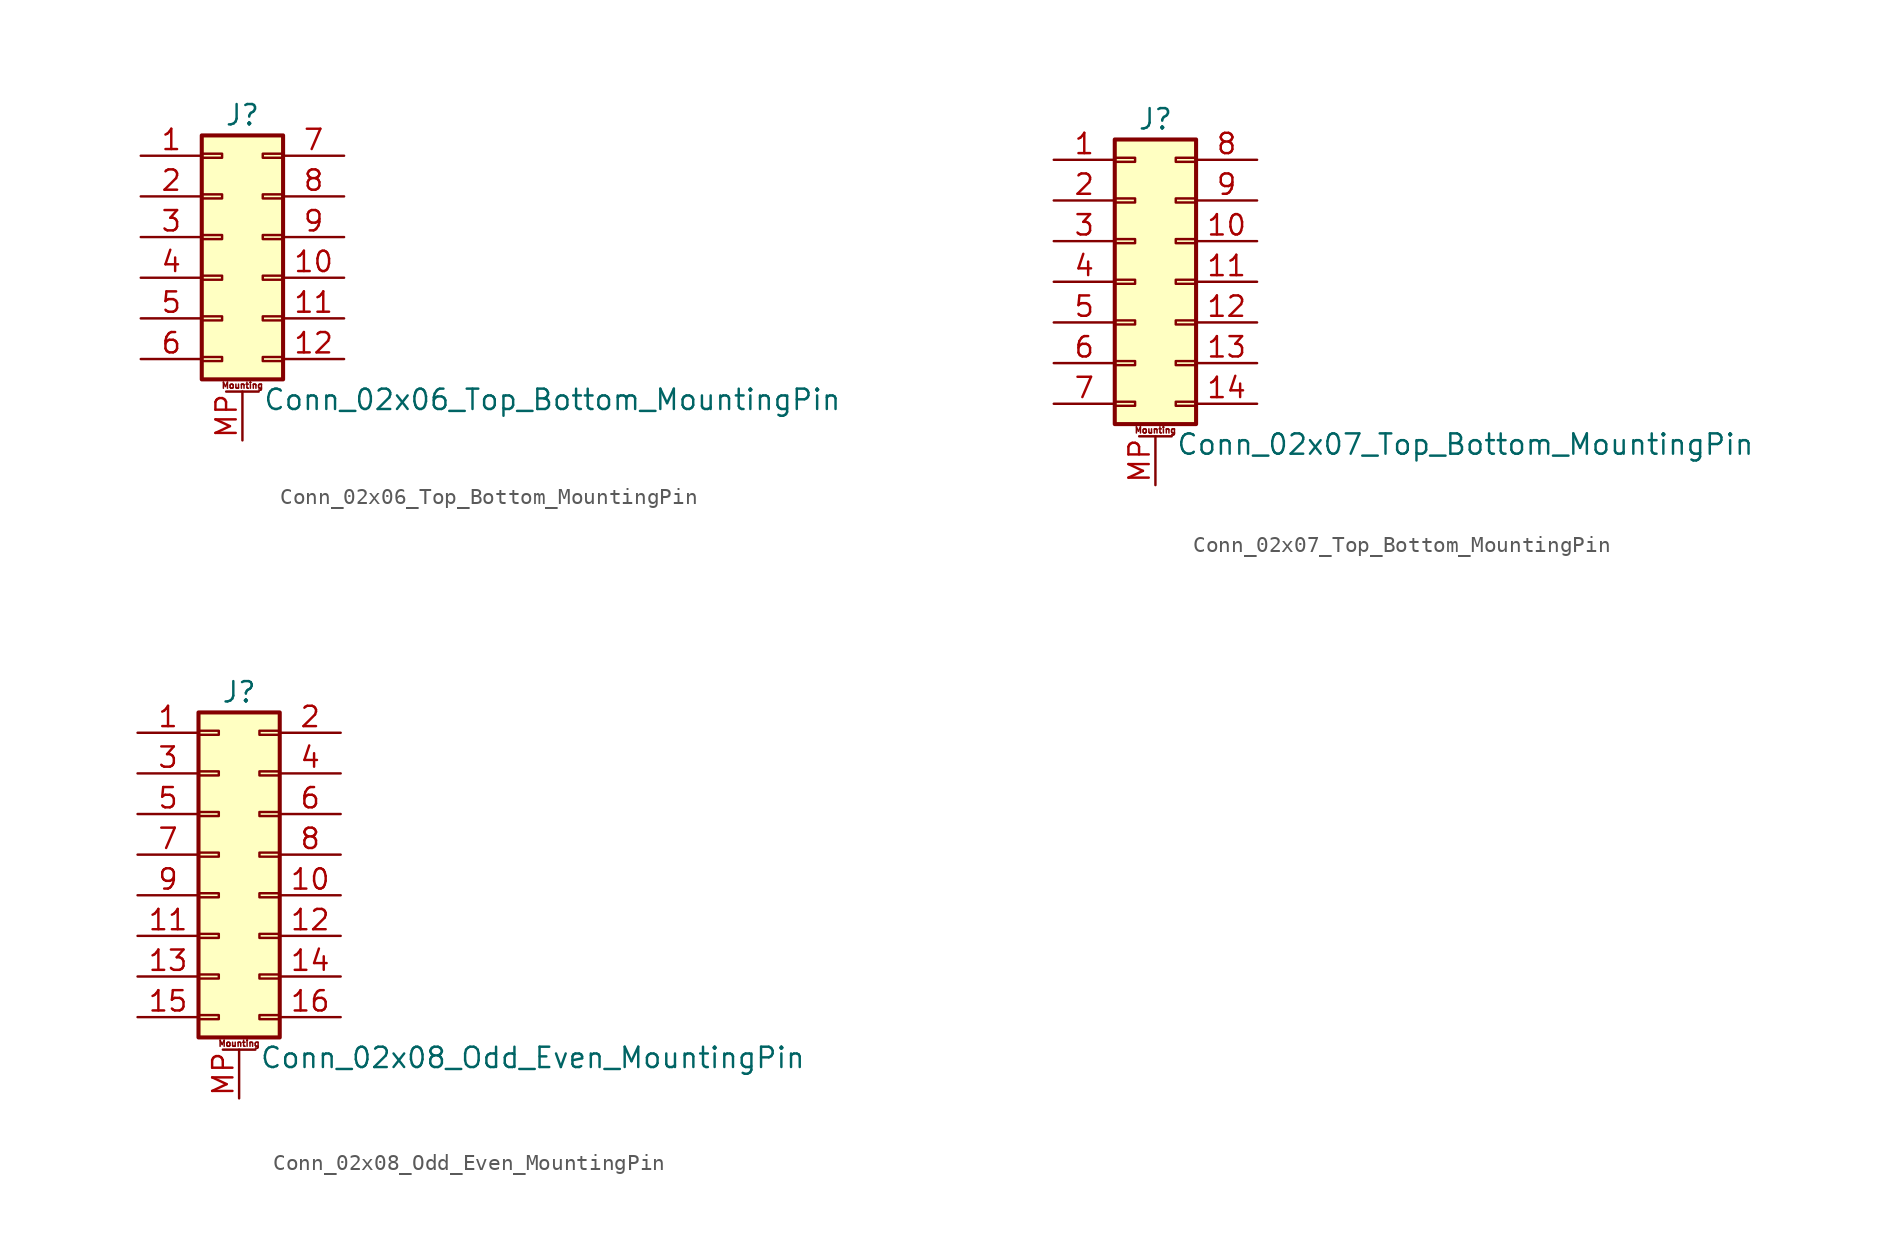
<source format=kicad_sym>
(kicad_symbol_lib
  (version 20211014)
  (generator kicad_symbol_editor)
  (symbol "Conn_02x06_Top_Bottom_MountingPin"
    (pin_names
      (offset 1.016) hide)
    (property "Reference" "J"
      (at 1.27 7.62 0)
      (effects (font (size 1.27 1.27))))
    (property "Value" "Conn_02x06_Top_Bottom_MountingPin"
      (at 2.54 -10.16 0)
      (effects (font (size 1.27 1.27)) (justify left)))
    (symbol "Conn_02x06_Top_Bottom_MountingPin_1_1"
      (rectangle (start -1.27 -7.493) (end 0 -7.747) (stroke (width 0.152) (type default) (color 0 0 0 0)) (fill (type none)))
      (rectangle (start -1.27 -4.953) (end 0 -5.207) (stroke (width 0.152) (type default) (color 0 0 0 0)) (fill (type none)))
      (rectangle (start -1.27 -2.413) (end 0 -2.667) (stroke (width 0.152) (type default) (color 0 0 0 0)) (fill (type none)))
      (rectangle (start -1.27 0.127) (end 0 -0.127) (stroke (width 0.152) (type default) (color 0 0 0 0)) (fill (type none)))
      (rectangle (start -1.27 2.667) (end 0 2.413) (stroke (width 0.152) (type default) (color 0 0 0 0)) (fill (type none)))
      (rectangle (start -1.27 5.207) (end 0 4.953) (stroke (width 0.152) (type default) (color 0 0 0 0)) (fill (type none)))
      (rectangle (start -1.27 6.35) (end 3.81 -8.89) (stroke (width 0.254) (type default) (color 0 0 0 0)) (fill (type background)))
      (polyline (pts (xy 0.254 -9.652) (xy 2.286 -9.652)) (stroke (width 0.152) (type default) (color 0 0 0 0)) (fill (type none)))
      (rectangle (start 3.81 -7.493) (end 2.54 -7.747) (stroke (width 0.152) (type default) (color 0 0 0 0)) (fill (type none)))
      (rectangle (start 3.81 -4.953) (end 2.54 -5.207) (stroke (width 0.152) (type default) (color 0 0 0 0)) (fill (type none)))
      (rectangle (start 3.81 -2.413) (end 2.54 -2.667) (stroke (width 0.152) (type default) (color 0 0 0 0)) (fill (type none)))
      (rectangle (start 3.81 0.127) (end 2.54 -0.127) (stroke (width 0.152) (type default) (color 0 0 0 0)) (fill (type none)))
      (rectangle (start 3.81 2.667) (end 2.54 2.413) (stroke (width 0.152) (type default) (color 0 0 0 0)) (fill (type none)))
      (rectangle (start 3.81 5.207) (end 2.54 4.953) (stroke (width 0.152) (type default) (color 0 0 0 0)) (fill (type none)))
      (text "Mounting" (at 1.27 -9.271 0) (effects (font (size 0.381 0.381))))
      (pin passive line (at -5.08 5.08 0) (length 3.81) (name "Pin_1" (effects (font (size 1.27 1.27)))) (number "1" (effects (font (size 1.27 1.27)))))
      (pin passive line (at 7.62 -2.54 180) (length 3.81) (name "Pin_10" (effects (font (size 1.27 1.27)))) (number "10" (effects (font (size 1.27 1.27)))))
      (pin passive line (at 7.62 -5.08 180) (length 3.81) (name "Pin_11" (effects (font (size 1.27 1.27)))) (number "11" (effects (font (size 1.27 1.27)))))
      (pin passive line (at 7.62 -7.62 180) (length 3.81) (name "Pin_12" (effects (font (size 1.27 1.27)))) (number "12" (effects (font (size 1.27 1.27)))))
      (pin passive line (at -5.08 2.54 0) (length 3.81) (name "Pin_2" (effects (font (size 1.27 1.27)))) (number "2" (effects (font (size 1.27 1.27)))))
      (pin passive line (at -5.08 0 0) (length 3.81) (name "Pin_3" (effects (font (size 1.27 1.27)))) (number "3" (effects (font (size 1.27 1.27)))))
      (pin passive line (at -5.08 -2.54 0) (length 3.81) (name "Pin_4" (effects (font (size 1.27 1.27)))) (number "4" (effects (font (size 1.27 1.27)))))
      (pin passive line (at -5.08 -5.08 0) (length 3.81) (name "Pin_5" (effects (font (size 1.27 1.27)))) (number "5" (effects (font (size 1.27 1.27)))))
      (pin passive line (at -5.08 -7.62 0) (length 3.81) (name "Pin_6" (effects (font (size 1.27 1.27)))) (number "6" (effects (font (size 1.27 1.27)))))
      (pin passive line (at 7.62 5.08 180) (length 3.81) (name "Pin_7" (effects (font (size 1.27 1.27)))) (number "7" (effects (font (size 1.27 1.27)))))
      (pin passive line (at 7.62 2.54 180) (length 3.81) (name "Pin_8" (effects (font (size 1.27 1.27)))) (number "8" (effects (font (size 1.27 1.27)))))
      (pin passive line (at 7.62 0 180) (length 3.81) (name "Pin_9" (effects (font (size 1.27 1.27)))) (number "9" (effects (font (size 1.27 1.27)))))
      (pin passive line (at 1.27 -12.7 90) (length 3.048) (name "MountPin" (effects (font (size 1.27 1.27)))) (number "MP" (effects (font (size 1.27 1.27)))))))
  (symbol "Conn_02x07_Top_Bottom_MountingPin"
    (pin_names
      (offset 1.016) hide)
    (property "Reference" "J"
      (at 1.27 10.16 0)
      (effects (font (size 1.27 1.27))))
    (property "Value" "Conn_02x07_Top_Bottom_MountingPin"
      (at 2.54 -10.16 0)
      (effects (font (size 1.27 1.27)) (justify left)))
    (symbol "Conn_02x07_Top_Bottom_MountingPin_1_1"
      (rectangle (start -1.27 -7.493) (end 0 -7.747) (stroke (width 0.152) (type default) (color 0 0 0 0)) (fill (type none)))
      (rectangle (start -1.27 -4.953) (end 0 -5.207) (stroke (width 0.152) (type default) (color 0 0 0 0)) (fill (type none)))
      (rectangle (start -1.27 -2.413) (end 0 -2.667) (stroke (width 0.152) (type default) (color 0 0 0 0)) (fill (type none)))
      (rectangle (start -1.27 0.127) (end 0 -0.127) (stroke (width 0.152) (type default) (color 0 0 0 0)) (fill (type none)))
      (rectangle (start -1.27 2.667) (end 0 2.413) (stroke (width 0.152) (type default) (color 0 0 0 0)) (fill (type none)))
      (rectangle (start -1.27 5.207) (end 0 4.953) (stroke (width 0.152) (type default) (color 0 0 0 0)) (fill (type none)))
      (rectangle (start -1.27 7.747) (end 0 7.493) (stroke (width 0.152) (type default) (color 0 0 0 0)) (fill (type none)))
      (rectangle (start -1.27 8.89) (end 3.81 -8.89) (stroke (width 0.254) (type default) (color 0 0 0 0)) (fill (type background)))
      (polyline (pts (xy 0.254 -9.652) (xy 2.286 -9.652)) (stroke (width 0.152) (type default) (color 0 0 0 0)) (fill (type none)))
      (rectangle (start 3.81 -7.493) (end 2.54 -7.747) (stroke (width 0.152) (type default) (color 0 0 0 0)) (fill (type none)))
      (rectangle (start 3.81 -4.953) (end 2.54 -5.207) (stroke (width 0.152) (type default) (color 0 0 0 0)) (fill (type none)))
      (rectangle (start 3.81 -2.413) (end 2.54 -2.667) (stroke (width 0.152) (type default) (color 0 0 0 0)) (fill (type none)))
      (rectangle (start 3.81 0.127) (end 2.54 -0.127) (stroke (width 0.152) (type default) (color 0 0 0 0)) (fill (type none)))
      (rectangle (start 3.81 2.667) (end 2.54 2.413) (stroke (width 0.152) (type default) (color 0 0 0 0)) (fill (type none)))
      (rectangle (start 3.81 5.207) (end 2.54 4.953) (stroke (width 0.152) (type default) (color 0 0 0 0)) (fill (type none)))
      (rectangle (start 3.81 7.747) (end 2.54 7.493) (stroke (width 0.152) (type default) (color 0 0 0 0)) (fill (type none)))
      (text "Mounting" (at 1.27 -9.271 0) (effects (font (size 0.381 0.381))))
      (pin passive line (at -5.08 7.62 0) (length 3.81) (name "Pin_1" (effects (font (size 1.27 1.27)))) (number "1" (effects (font (size 1.27 1.27)))))
      (pin passive line (at 7.62 2.54 180) (length 3.81) (name "Pin_10" (effects (font (size 1.27 1.27)))) (number "10" (effects (font (size 1.27 1.27)))))
      (pin passive line (at 7.62 0 180) (length 3.81) (name "Pin_11" (effects (font (size 1.27 1.27)))) (number "11" (effects (font (size 1.27 1.27)))))
      (pin passive line (at 7.62 -2.54 180) (length 3.81) (name "Pin_12" (effects (font (size 1.27 1.27)))) (number "12" (effects (font (size 1.27 1.27)))))
      (pin passive line (at 7.62 -5.08 180) (length 3.81) (name "Pin_13" (effects (font (size 1.27 1.27)))) (number "13" (effects (font (size 1.27 1.27)))))
      (pin passive line (at 7.62 -7.62 180) (length 3.81) (name "Pin_14" (effects (font (size 1.27 1.27)))) (number "14" (effects (font (size 1.27 1.27)))))
      (pin passive line (at -5.08 5.08 0) (length 3.81) (name "Pin_2" (effects (font (size 1.27 1.27)))) (number "2" (effects (font (size 1.27 1.27)))))
      (pin passive line (at -5.08 2.54 0) (length 3.81) (name "Pin_3" (effects (font (size 1.27 1.27)))) (number "3" (effects (font (size 1.27 1.27)))))
      (pin passive line (at -5.08 0 0) (length 3.81) (name "Pin_4" (effects (font (size 1.27 1.27)))) (number "4" (effects (font (size 1.27 1.27)))))
      (pin passive line (at -5.08 -2.54 0) (length 3.81) (name "Pin_5" (effects (font (size 1.27 1.27)))) (number "5" (effects (font (size 1.27 1.27)))))
      (pin passive line (at -5.08 -5.08 0) (length 3.81) (name "Pin_6" (effects (font (size 1.27 1.27)))) (number "6" (effects (font (size 1.27 1.27)))))
      (pin passive line (at -5.08 -7.62 0) (length 3.81) (name "Pin_7" (effects (font (size 1.27 1.27)))) (number "7" (effects (font (size 1.27 1.27)))))
      (pin passive line (at 7.62 7.62 180) (length 3.81) (name "Pin_8" (effects (font (size 1.27 1.27)))) (number "8" (effects (font (size 1.27 1.27)))))
      (pin passive line (at 7.62 5.08 180) (length 3.81) (name "Pin_9" (effects (font (size 1.27 1.27)))) (number "9" (effects (font (size 1.27 1.27)))))
      (pin passive line (at 1.27 -12.7 90) (length 3.048) (name "MountPin" (effects (font (size 1.27 1.27)))) (number "MP" (effects (font (size 1.27 1.27)))))))
  (symbol "Conn_02x08_Odd_Even_MountingPin"
    (pin_names
      (offset 1.016) hide)
    (property "Reference" "J"
      (at 1.27 10.16 0)
      (effects (font (size 1.27 1.27))))
    (property "Value" "Conn_02x08_Odd_Even_MountingPin"
      (at 2.54 -12.7 0)
      (effects (font (size 1.27 1.27)) (justify left)))
    (symbol "Conn_02x08_Odd_Even_MountingPin_1_1"
      (rectangle (start -1.27 -10.033) (end 0 -10.287) (stroke (width 0.152) (type default) (color 0 0 0 0)) (fill (type none)))
      (rectangle (start -1.27 -7.493) (end 0 -7.747) (stroke (width 0.152) (type default) (color 0 0 0 0)) (fill (type none)))
      (rectangle (start -1.27 -4.953) (end 0 -5.207) (stroke (width 0.152) (type default) (color 0 0 0 0)) (fill (type none)))
      (rectangle (start -1.27 -2.413) (end 0 -2.667) (stroke (width 0.152) (type default) (color 0 0 0 0)) (fill (type none)))
      (rectangle (start -1.27 0.127) (end 0 -0.127) (stroke (width 0.152) (type default) (color 0 0 0 0)) (fill (type none)))
      (rectangle (start -1.27 2.667) (end 0 2.413) (stroke (width 0.152) (type default) (color 0 0 0 0)) (fill (type none)))
      (rectangle (start -1.27 5.207) (end 0 4.953) (stroke (width 0.152) (type default) (color 0 0 0 0)) (fill (type none)))
      (rectangle (start -1.27 7.747) (end 0 7.493) (stroke (width 0.152) (type default) (color 0 0 0 0)) (fill (type none)))
      (rectangle (start -1.27 8.89) (end 3.81 -11.43) (stroke (width 0.254) (type default) (color 0 0 0 0)) (fill (type background)))
      (polyline (pts (xy 0.254 -12.192) (xy 2.286 -12.192)) (stroke (width 0.152) (type default) (color 0 0 0 0)) (fill (type none)))
      (rectangle (start 3.81 -10.033) (end 2.54 -10.287) (stroke (width 0.152) (type default) (color 0 0 0 0)) (fill (type none)))
      (rectangle (start 3.81 -7.493) (end 2.54 -7.747) (stroke (width 0.152) (type default) (color 0 0 0 0)) (fill (type none)))
      (rectangle (start 3.81 -4.953) (end 2.54 -5.207) (stroke (width 0.152) (type default) (color 0 0 0 0)) (fill (type none)))
      (rectangle (start 3.81 -2.413) (end 2.54 -2.667) (stroke (width 0.152) (type default) (color 0 0 0 0)) (fill (type none)))
      (rectangle (start 3.81 0.127) (end 2.54 -0.127) (stroke (width 0.152) (type default) (color 0 0 0 0)) (fill (type none)))
      (rectangle (start 3.81 2.667) (end 2.54 2.413) (stroke (width 0.152) (type default) (color 0 0 0 0)) (fill (type none)))
      (rectangle (start 3.81 5.207) (end 2.54 4.953) (stroke (width 0.152) (type default) (color 0 0 0 0)) (fill (type none)))
      (rectangle (start 3.81 7.747) (end 2.54 7.493) (stroke (width 0.152) (type default) (color 0 0 0 0)) (fill (type none)))
      (text "Mounting" (at 1.27 -11.811 0) (effects (font (size 0.381 0.381))))
      (pin passive line (at -5.08 7.62 0) (length 3.81) (name "Pin_1" (effects (font (size 1.27 1.27)))) (number "1" (effects (font (size 1.27 1.27)))))
      (pin passive line (at 7.62 -2.54 180) (length 3.81) (name "Pin_10" (effects (font (size 1.27 1.27)))) (number "10" (effects (font (size 1.27 1.27)))))
      (pin passive line (at -5.08 -5.08 0) (length 3.81) (name "Pin_11" (effects (font (size 1.27 1.27)))) (number "11" (effects (font (size 1.27 1.27)))))
      (pin passive line (at 7.62 -5.08 180) (length 3.81) (name "Pin_12" (effects (font (size 1.27 1.27)))) (number "12" (effects (font (size 1.27 1.27)))))
      (pin passive line (at -5.08 -7.62 0) (length 3.81) (name "Pin_13" (effects (font (size 1.27 1.27)))) (number "13" (effects (font (size 1.27 1.27)))))
      (pin passive line (at 7.62 -7.62 180) (length 3.81) (name "Pin_14" (effects (font (size 1.27 1.27)))) (number "14" (effects (font (size 1.27 1.27)))))
      (pin passive line (at -5.08 -10.16 0) (length 3.81) (name "Pin_15" (effects (font (size 1.27 1.27)))) (number "15" (effects (font (size 1.27 1.27)))))
      (pin passive line (at 7.62 -10.16 180) (length 3.81) (name "Pin_16" (effects (font (size 1.27 1.27)))) (number "16" (effects (font (size 1.27 1.27)))))
      (pin passive line (at 7.62 7.62 180) (length 3.81) (name "Pin_2" (effects (font (size 1.27 1.27)))) (number "2" (effects (font (size 1.27 1.27)))))
      (pin passive line (at -5.08 5.08 0) (length 3.81) (name "Pin_3" (effects (font (size 1.27 1.27)))) (number "3" (effects (font (size 1.27 1.27)))))
      (pin passive line (at 7.62 5.08 180) (length 3.81) (name "Pin_4" (effects (font (size 1.27 1.27)))) (number "4" (effects (font (size 1.27 1.27)))))
      (pin passive line (at -5.08 2.54 0) (length 3.81) (name "Pin_5" (effects (font (size 1.27 1.27)))) (number "5" (effects (font (size 1.27 1.27)))))
      (pin passive line (at 7.62 2.54 180) (length 3.81) (name "Pin_6" (effects (font (size 1.27 1.27)))) (number "6" (effects (font (size 1.27 1.27)))))
      (pin passive line (at -5.08 0 0) (length 3.81) (name "Pin_7" (effects (font (size 1.27 1.27)))) (number "7" (effects (font (size 1.27 1.27)))))
      (pin passive line (at 7.62 0 180) (length 3.81) (name "Pin_8" (effects (font (size 1.27 1.27)))) (number "8" (effects (font (size 1.27 1.27)))))
      (pin passive line (at -5.08 -2.54 0) (length 3.81) (name "Pin_9" (effects (font (size 1.27 1.27)))) (number "9" (effects (font (size 1.27 1.27)))))
      (pin passive line (at 1.27 -15.24 90) (length 3.048) (name "MountPin" (effects (font (size 1.27 1.27)))) (number "MP" (effects (font (size 1.27 1.27))))))))
</source>
